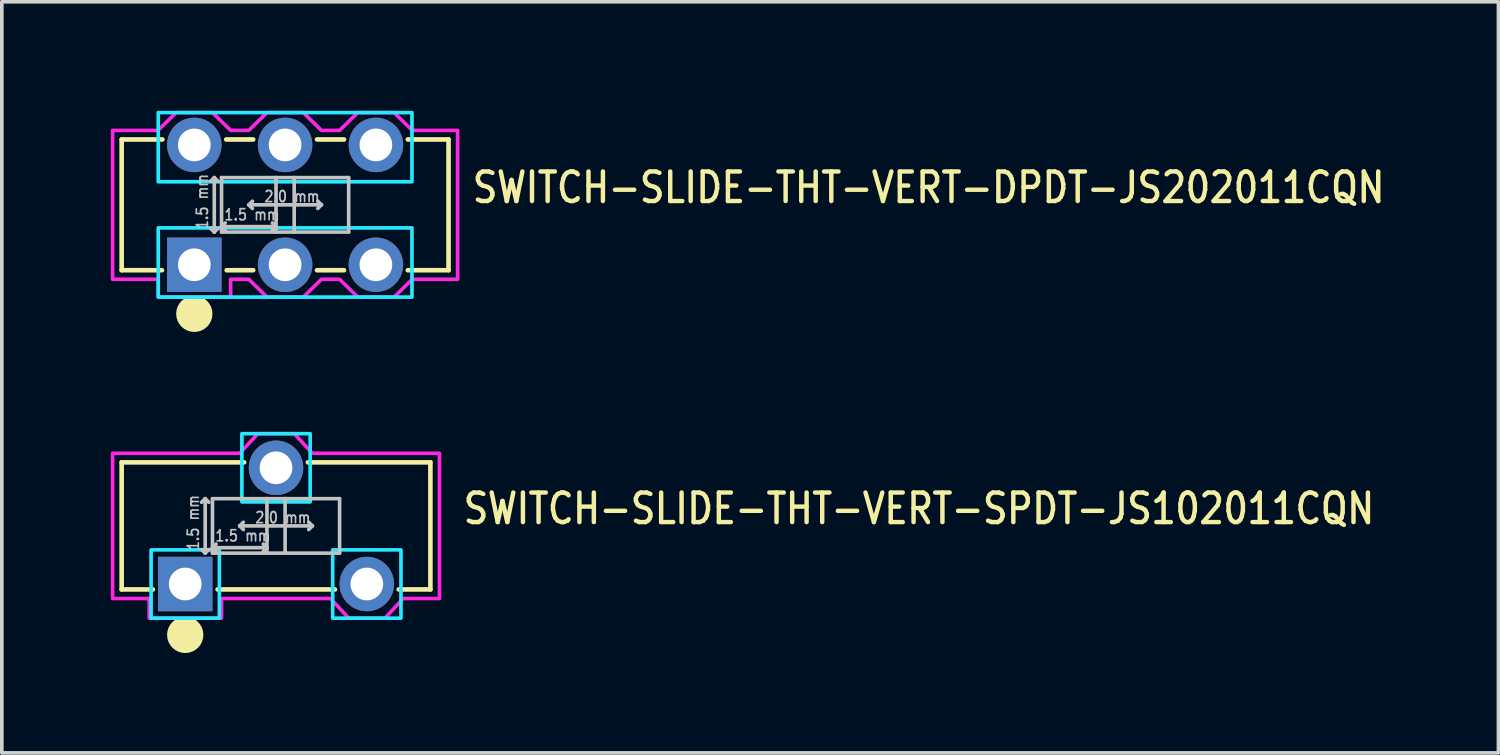
<source format=kicad_pcb>
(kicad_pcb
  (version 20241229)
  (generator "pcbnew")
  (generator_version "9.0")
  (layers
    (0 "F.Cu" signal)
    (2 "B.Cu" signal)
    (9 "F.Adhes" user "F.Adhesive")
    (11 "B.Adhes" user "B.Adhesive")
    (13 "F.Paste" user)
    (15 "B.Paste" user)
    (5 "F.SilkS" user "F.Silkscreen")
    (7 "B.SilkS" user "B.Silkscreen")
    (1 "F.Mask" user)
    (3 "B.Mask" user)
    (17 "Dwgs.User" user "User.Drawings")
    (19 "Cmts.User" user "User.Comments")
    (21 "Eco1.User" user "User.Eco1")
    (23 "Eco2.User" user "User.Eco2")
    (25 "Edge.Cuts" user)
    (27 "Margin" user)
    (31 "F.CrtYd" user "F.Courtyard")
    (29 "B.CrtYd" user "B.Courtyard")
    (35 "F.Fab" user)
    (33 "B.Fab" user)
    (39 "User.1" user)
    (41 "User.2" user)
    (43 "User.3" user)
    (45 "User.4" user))
  (footprint "SWITCH-SLIDE-THT-VERT-SPDT-JS102011CQN"
    (layer "F.Cu")
    (at 4.55 11.43)
    (property "Reference" "SWITCH-SLIDE-THT-VERT-SPDT-JS102011CQN" (at 5.096 0 0) (unlocked yes) (layer "F.SilkS") (effects (font (size 0.813 0.695) (thickness 0.122)) (justify left bottom)))
    (fp_line (start -4.25 -1.75) (end -4.25 1.75) (stroke (width 0.127) (type solid)) (layer "F.SilkS"))
    (fp_line (start -4.25 1.75) (end -3.39 1.75) (stroke (width 0.127) (type solid)) (layer "F.SilkS"))
    (fp_line (start -1.609 1.75) (end 1.622 1.75) (stroke (width 0.127) (type solid)) (layer "F.SilkS"))
    (fp_line (start -0.878 -1.75) (end -4.25 -1.75) (stroke (width 0.127) (type solid)) (layer "F.SilkS"))
    (fp_line (start 4.25 -1.75) (end 0.878 -1.75) (stroke (width 0.127) (type solid)) (layer "F.SilkS"))
    (fp_line (start 4.25 -1.75) (end 4.25 1.75) (stroke (width 0.127) (type solid)) (layer "F.SilkS"))
    (fp_line (start 4.25 1.75) (end 3.378 1.75) (stroke (width 0.127) (type solid)) (layer "F.SilkS"))
    (fp_circle (center -2.5 3) (end -2.5 3) (stroke (width 0.5) (type solid)) (fill no) (layer "F.SilkS"))
    (fp_line (start -1.95 -0.75) (end -2.05 -0.65) (stroke (width 0.1) (type solid)) (layer "Dwgs.User"))
    (fp_line (start -1.95 -0.75) (end -1.95 0.75) (stroke (width 0.1) (type solid)) (layer "Dwgs.User"))
    (fp_line (start -1.95 0.75) (end -2.05 0.65) (stroke (width 0.1) (type solid)) (layer "Dwgs.User"))
    (fp_line (start -1.95 0.75) (end -1.85 0.65) (stroke (width 0.1) (type solid)) (layer "Dwgs.User"))
    (fp_line (start -1.85 -0.65) (end -1.95 -0.75) (stroke (width 0.1) (type solid)) (layer "Dwgs.User"))
    (fp_line (start -1.75 -0.75) (end -0.25 -0.75) (stroke (width 0.1) (type solid)) (layer "Dwgs.User"))
    (fp_line (start -1.75 0.6) (end -1.75 -0.75) (stroke (width 0.1) (type solid)) (layer "Dwgs.User"))
    (fp_line (start -1.75 0.6) (end -1.65 0.5) (stroke (width 0.1) (type solid)) (layer "Dwgs.User"))
    (fp_line (start -1.75 0.6) (end -1.65 0.7) (stroke (width 0.1) (type solid)) (layer "Dwgs.User"))
    (fp_line (start -1.75 0.6) (end -0.25 0.6) (stroke (width 0.1) (type solid)) (layer "Dwgs.User"))
    (fp_line (start -1.75 0.75) (end -1.75 0.6) (stroke (width 0.1) (type solid)) (layer "Dwgs.User"))
    (fp_line (start -1 0) (end -0.9 -0.1) (stroke (width 0.1) (type solid)) (layer "Dwgs.User"))
    (fp_line (start -1 0) (end -0.9 0.1) (stroke (width 0.1) (type solid)) (layer "Dwgs.User"))
    (fp_line (start -0.25 -0.75) (end -0.25 0.6) (stroke (width 0.1) (type solid)) (layer "Dwgs.User"))
    (fp_line (start -0.25 -0.75) (end 0.25 -0.75) (stroke (width 0.1) (type solid)) (layer "Dwgs.User"))
    (fp_line (start -0.25 0.6) (end -0.35 0.5) (stroke (width 0.1) (type solid)) (layer "Dwgs.User"))
    (fp_line (start -0.25 0.6) (end -0.35 0.7) (stroke (width 0.1) (type solid)) (layer "Dwgs.User"))
    (fp_line (start -0.25 0.6) (end -0.25 0.75) (stroke (width 0.1) (type solid)) (layer "Dwgs.User"))
    (fp_line (start -0.25 0.75) (end -1.75 0.75) (stroke (width 0.1) (type solid)) (layer "Dwgs.User"))
    (fp_line (start 0.25 -0.75) (end 0.25 0.75) (stroke (width 0.1) (type solid)) (layer "Dwgs.User"))
    (fp_line (start 0.25 -0.75) (end 1.75 -0.75) (stroke (width 0.1) (type solid)) (layer "Dwgs.User"))
    (fp_line (start 0.25 0.75) (end -0.25 0.75) (stroke (width 0.1) (type solid)) (layer "Dwgs.User"))
    (fp_line (start 1 0) (end -1 0) (stroke (width 0.1) (type solid)) (layer "Dwgs.User"))
    (fp_line (start 1 0) (end 0.9 -0.1) (stroke (width 0.1) (type solid)) (layer "Dwgs.User"))
    (fp_line (start 1 0) (end 0.9 0.1) (stroke (width 0.1) (type solid)) (layer "Dwgs.User"))
    (fp_line (start 1.75 -0.75) (end 1.75 0.75) (stroke (width 0.1) (type solid)) (layer "Dwgs.User"))
    (fp_line (start 1.75 0.75) (end 0.25 0.75) (stroke (width 0.1) (type solid)) (layer "Dwgs.User"))
    (fp_poly (pts (xy -3.44 0.66) (xy -1.56 0.66) (xy -1.56 2.54) (xy -3.44 2.54)) (stroke (width 0.1) (type solid)) (fill no) (layer "B.CrtYd"))
    (fp_poly (pts (xy -0.94 -2.54) (xy 0.94 -2.54) (xy 0.94 -0.66) (xy -0.94 -0.66)) (stroke (width 0.1) (type solid)) (fill no) (layer "B.CrtYd"))
    (fp_poly (pts (xy 1.56 0.66) (xy 3.44 0.66) (xy 3.44 2.54) (xy 1.56 2.54)) (stroke (width 0.1) (type solid)) (fill no) (layer "B.CrtYd"))
    (fp_poly (pts (xy -4.5 -2) (xy -1 -2) (xy -0.5 -2.54) (xy 0.5 -2.54) (xy 1 -2) (xy 4.5 -2) (xy 4.5 2) (xy 3.5 2) (xy 3 2.54) (xy 2 2.54) (xy 1.5 2) (xy -1.5 2) (xy -1.5 2.54) (xy -3.493 2.54) (xy -3.493 2) (xy -4.5 2)) (stroke (width 0.1) (type solid)) (fill no) (layer "F.CrtYd"))
    (fp_text user "1.5 mm" (at -1.7 0.45 0) (unlocked yes) (layer "Dwgs.User") (effects (font (size 0.305 0.261) (thickness 0.046)) (justify left bottom)))
    (fp_text user "2.0 mm" (at -0.6 -0.05 0) (unlocked yes) (layer "Dwgs.User") (effects (font (size 0.305 0.261) (thickness 0.046)) (justify left bottom)))
    (fp_text user "1.5 mm" (at -2.1 0.7 90) (unlocked yes) (layer "Dwgs.User") (effects (font (size 0.305 0.261) (thickness 0.046)) (justify left bottom)))
    (pad "P$1" thru_hole rect (at -2.5 1.6) (size 1.5 1.5) (drill 0.9) (layers "*.Cu" "*.Mask"))
    (pad "P$2" thru_hole oval (at 0 -1.6) (size 1.5 1.5) (drill 0.9) (layers "*.Cu" "*.Mask"))
    (pad "P$3" thru_hole oval (at 2.5 1.6) (size 1.5 1.5) (drill 0.9) (layers "*.Cu" "*.Mask")))
  (footprint "SWITCH-SLIDE-THT-VERT-DPDT-JS202011CQN"
    (layer "F.Cu")
    (at 4.8 2.59)
    (property "Reference" "SWITCH-SLIDE-THT-VERT-DPDT-JS202011CQN" (at 5.096 0 0) (unlocked yes) (layer "F.SilkS") (effects (font (size 0.813 0.695) (thickness 0.122)) (justify left bottom)))
    (fp_line (start -4.5 -1.8) (end -4.5 1.8) (stroke (width 0.127) (type solid)) (layer "F.SilkS"))
    (fp_line (start -4.5 1.8) (end -3.39 1.8) (stroke (width 0.127) (type solid)) (layer "F.SilkS"))
    (fp_line (start -3.378 -1.8) (end -4.5 -1.8) (stroke (width 0.127) (type solid)) (layer "F.SilkS"))
    (fp_line (start -1.609 1.8) (end -0.878 1.8) (stroke (width 0.127) (type solid)) (layer "F.SilkS"))
    (fp_line (start -0.878 -1.8) (end -1.622 -1.8) (stroke (width 0.127) (type solid)) (layer "F.SilkS"))
    (fp_line (start 1.622 -1.8) (end 0.878 -1.8) (stroke (width 0.127) (type solid)) (layer "F.SilkS"))
    (fp_line (start 1.622 1.8) (end 0.878 1.8) (stroke (width 0.127) (type solid)) (layer "F.SilkS"))
    (fp_line (start 3.378 -1.8) (end 4.5 -1.8) (stroke (width 0.127) (type solid)) (layer "F.SilkS"))
    (fp_line (start 4.5 -1.8) (end 4.5 1.8) (stroke (width 0.127) (type solid)) (layer "F.SilkS"))
    (fp_line (start 4.5 1.8) (end 3.378 1.8) (stroke (width 0.127) (type solid)) (layer "F.SilkS"))
    (fp_circle (center -2.5 3) (end -2.5 3) (stroke (width 0.5) (type solid)) (fill no) (layer "F.SilkS"))
    (fp_line (start -1.95 -0.75) (end -2.05 -0.65) (stroke (width 0.1) (type solid)) (layer "Dwgs.User"))
    (fp_line (start -1.95 -0.75) (end -1.95 0.75) (stroke (width 0.1) (type solid)) (layer "Dwgs.User"))
    (fp_line (start -1.95 0.75) (end -2.05 0.65) (stroke (width 0.1) (type solid)) (layer "Dwgs.User"))
    (fp_line (start -1.95 0.75) (end -1.85 0.65) (stroke (width 0.1) (type solid)) (layer "Dwgs.User"))
    (fp_line (start -1.85 -0.65) (end -1.95 -0.75) (stroke (width 0.1) (type solid)) (layer "Dwgs.User"))
    (fp_line (start -1.75 -0.75) (end -0.25 -0.75) (stroke (width 0.1) (type solid)) (layer "Dwgs.User"))
    (fp_line (start -1.75 0.6) (end -1.75 -0.75) (stroke (width 0.1) (type solid)) (layer "Dwgs.User"))
    (fp_line (start -1.75 0.6) (end -1.65 0.5) (stroke (width 0.1) (type solid)) (layer "Dwgs.User"))
    (fp_line (start -1.75 0.6) (end -1.65 0.7) (stroke (width 0.1) (type solid)) (layer "Dwgs.User"))
    (fp_line (start -1.75 0.6) (end -0.25 0.6) (stroke (width 0.1) (type solid)) (layer "Dwgs.User"))
    (fp_line (start -1.75 0.75) (end -1.75 0.6) (stroke (width 0.1) (type solid)) (layer "Dwgs.User"))
    (fp_line (start -1 0) (end -0.9 -0.1) (stroke (width 0.1) (type solid)) (layer "Dwgs.User"))
    (fp_line (start -1 0) (end -0.9 0.1) (stroke (width 0.1) (type solid)) (layer "Dwgs.User"))
    (fp_line (start -0.25 -0.75) (end -0.25 0.6) (stroke (width 0.1) (type solid)) (layer "Dwgs.User"))
    (fp_line (start -0.25 -0.75) (end 0.25 -0.75) (stroke (width 0.1) (type solid)) (layer "Dwgs.User"))
    (fp_line (start -0.25 0.6) (end -0.35 0.5) (stroke (width 0.1) (type solid)) (layer "Dwgs.User"))
    (fp_line (start -0.25 0.6) (end -0.35 0.7) (stroke (width 0.1) (type solid)) (layer "Dwgs.User"))
    (fp_line (start -0.25 0.6) (end -0.25 0.75) (stroke (width 0.1) (type solid)) (layer "Dwgs.User"))
    (fp_line (start -0.25 0.75) (end -1.75 0.75) (stroke (width 0.1) (type solid)) (layer "Dwgs.User"))
    (fp_line (start 0.25 -0.75) (end 0.25 0.75) (stroke (width 0.1) (type solid)) (layer "Dwgs.User"))
    (fp_line (start 0.25 -0.75) (end 1.75 -0.75) (stroke (width 0.1) (type solid)) (layer "Dwgs.User"))
    (fp_line (start 0.25 0.75) (end -0.25 0.75) (stroke (width 0.1) (type solid)) (layer "Dwgs.User"))
    (fp_line (start 1 0) (end -1 0) (stroke (width 0.1) (type solid)) (layer "Dwgs.User"))
    (fp_line (start 1 0) (end 0.9 -0.1) (stroke (width 0.1) (type solid)) (layer "Dwgs.User"))
    (fp_line (start 1 0) (end 0.9 0.1) (stroke (width 0.1) (type solid)) (layer "Dwgs.User"))
    (fp_line (start 1.75 -0.75) (end 1.75 0.75) (stroke (width 0.1) (type solid)) (layer "Dwgs.User"))
    (fp_line (start 1.75 0.75) (end 0.25 0.75) (stroke (width 0.1) (type solid)) (layer "Dwgs.User"))
    (fp_poly (pts (xy -3.493 -2.54) (xy 3.493 -2.54) (xy 3.493 -0.635) (xy -3.493 -0.635)) (stroke (width 0.1) (type solid)) (fill no) (layer "B.CrtYd"))
    (fp_poly (pts (xy -3.493 0.635) (xy 3.493 0.635) (xy 3.493 2.54) (xy -3.493 2.54)) (stroke (width 0.1) (type solid)) (fill no) (layer "B.CrtYd"))
    (fp_poly (pts (xy -4.75 -2.05) (xy -3.5 -2.05) (xy -3 -2.54) (xy -2 -2.54) (xy -1.5 -2.05) (xy -1 -2.05) (xy -0.5 -2.54) (xy 0.5 -2.54) (xy 1 -2.05) (xy 1.5 -2.05) (xy 2 -2.54) (xy 3 -2.54) (xy 3.5 -2.05) (xy 4.75 -2.05) (xy 4.75 2.05) (xy 3.5 2.05) (xy 3 2.54) (xy 2 2.54) (xy 1.5 2.05) (xy 1 2.05) (xy 0.5 2.54) (xy -0.5 2.54) (xy -1 2.05) (xy -1.5 2.05) (xy -1.5 2.54) (xy -3.493 2.54) (xy -3.493 2.05) (xy -4.75 2.05)) (stroke (width 0.1) (type solid)) (fill no) (layer "F.CrtYd"))
    (fp_text user "2.0 mm" (at -0.6 -0.05 0) (unlocked yes) (layer "Dwgs.User") (effects (font (size 0.305 0.261) (thickness 0.046)) (justify left bottom)))
    (fp_text user "1.5 mm" (at -1.7 0.45 0) (unlocked yes) (layer "Dwgs.User") (effects (font (size 0.305 0.261) (thickness 0.046)) (justify left bottom)))
    (fp_text user "1.5 mm" (at -2.1 0.7 90) (unlocked yes) (layer "Dwgs.User") (effects (font (size 0.305 0.261) (thickness 0.046)) (justify left bottom)))
    (pad "P$1" thru_hole rect (at -2.5 1.65) (size 1.5 1.5) (drill 0.9) (layers "*.Cu" "*.Mask"))
    (pad "P$2" thru_hole oval (at 0 1.65) (size 1.5 1.5) (drill 0.9) (layers "*.Cu" "*.Mask"))
    (pad "P$3" thru_hole oval (at 2.5 1.65) (size 1.5 1.5) (drill 0.9) (layers "*.Cu" "*.Mask"))
    (pad "P$4" thru_hole oval (at -2.5 -1.65) (size 1.5 1.5) (drill 0.9) (layers "*.Cu" "*.Mask"))
    (pad "P$5" thru_hole oval (at 0 -1.65) (size 1.5 1.5) (drill 0.9) (layers "*.Cu" "*.Mask"))
    (pad "P$6" thru_hole oval (at 2.5 -1.65) (size 1.5 1.5) (drill 0.9) (layers "*.Cu" "*.Mask")))
  (gr_rect
    (start -3 -3)
    (end 38.207 17.68)
    (stroke (width 0.1) (type default))
    (fill no)
    (layer "Edge.Cuts")))
</source>
